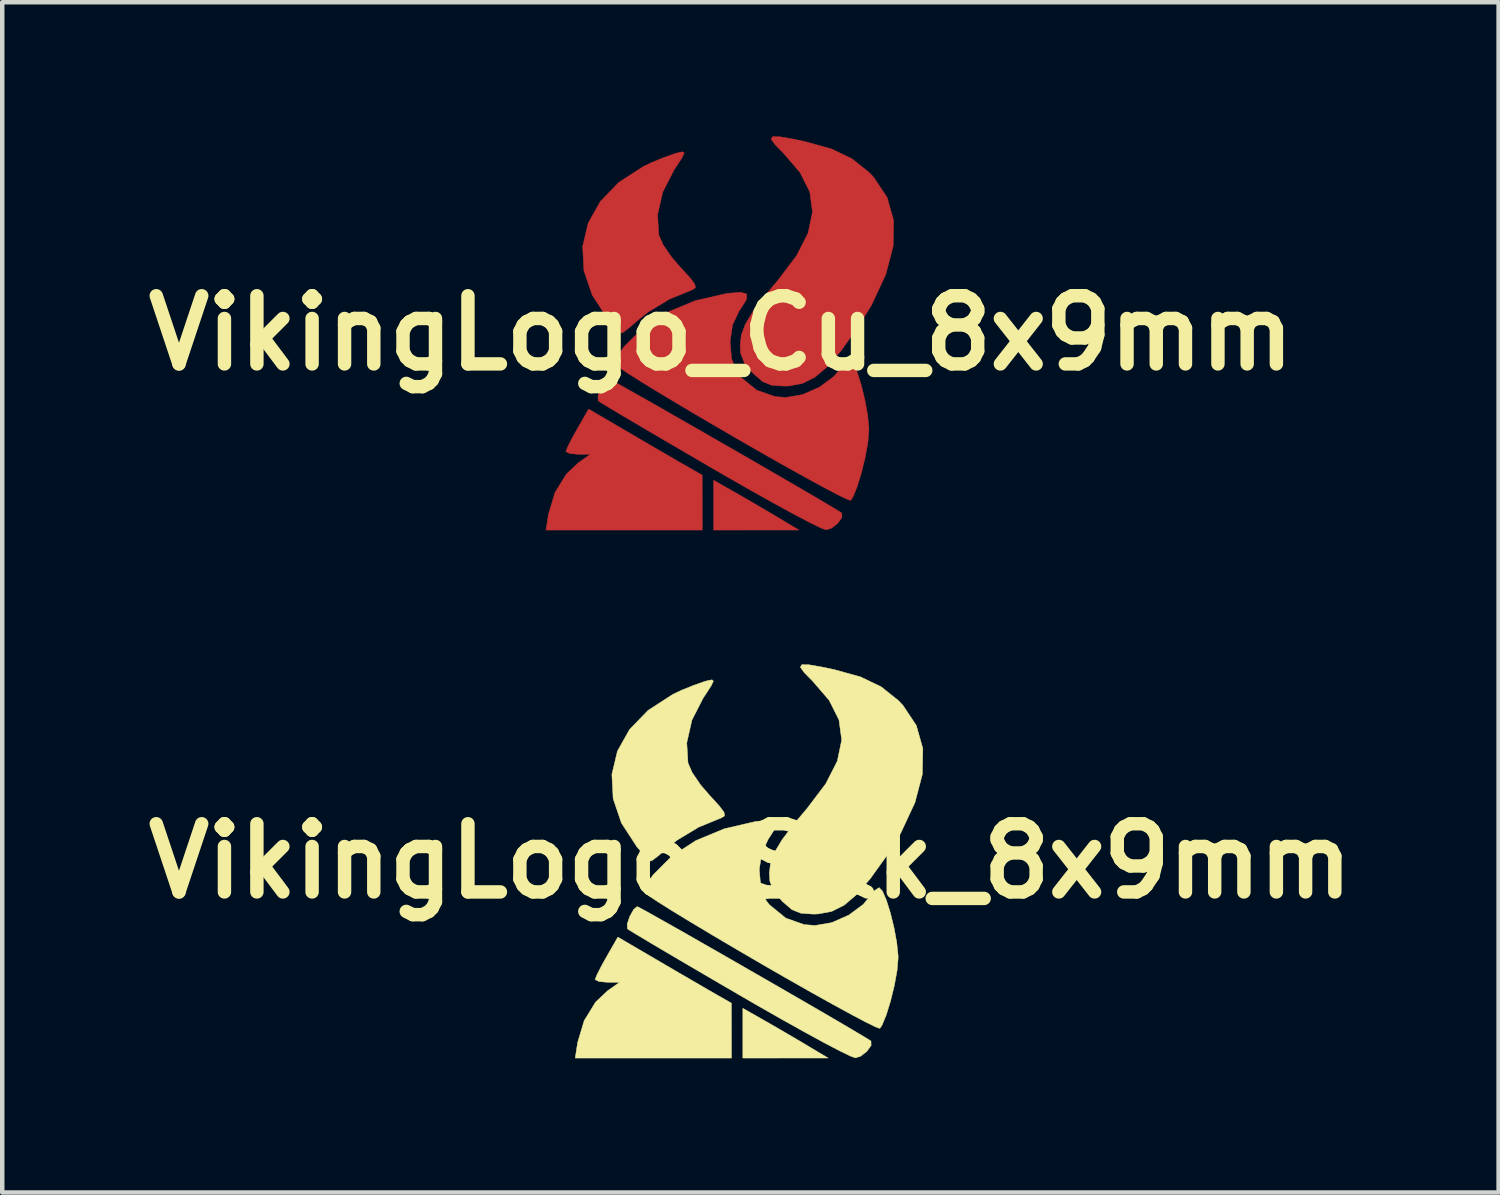
<source format=kicad_pcb>
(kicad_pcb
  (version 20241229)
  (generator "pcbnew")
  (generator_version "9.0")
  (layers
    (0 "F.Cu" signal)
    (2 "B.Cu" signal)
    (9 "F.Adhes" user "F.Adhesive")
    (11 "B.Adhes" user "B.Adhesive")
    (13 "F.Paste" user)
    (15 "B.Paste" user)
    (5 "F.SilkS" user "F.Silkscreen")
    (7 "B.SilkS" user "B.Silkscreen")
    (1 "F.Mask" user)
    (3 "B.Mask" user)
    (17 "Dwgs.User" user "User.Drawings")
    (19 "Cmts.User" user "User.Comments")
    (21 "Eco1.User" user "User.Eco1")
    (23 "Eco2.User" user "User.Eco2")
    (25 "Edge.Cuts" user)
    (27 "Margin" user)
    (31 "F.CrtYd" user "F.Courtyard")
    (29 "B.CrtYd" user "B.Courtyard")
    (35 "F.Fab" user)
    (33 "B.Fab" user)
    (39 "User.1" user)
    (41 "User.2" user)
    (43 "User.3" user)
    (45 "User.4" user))
  (footprint "VikingLogo_Silk_8x9mm"
    (layer "F.Cu")
    (at 13.723 16.197)
    (property "Reference" "VikingLogo_Silk_8x9mm" (at 0 0 0) (layer "F.SilkS") (effects (font (size 1.524 1.524) (thickness 0.3))))
    (attr through_hole)
    (fp_poly (pts (xy 0.318 3.567) (xy 0.672 3.771) (xy 1.056 3.996) (xy 1.27 4.123) (xy 1.736 4.402) (xy 0.783 4.402) (xy -0.169 4.403) (xy -0.169 3.29) (xy 0.318 3.567)) (stroke (width 0.01) (type solid)) (fill yes) (layer "F.SilkS"))
    (fp_poly (pts (xy -2.011 2.256) (xy -1.62 2.485) (xy -1.251 2.699) (xy -0.947 2.876) (xy -0.746 2.991) (xy -0.741 2.994) (xy -0.425 3.175) (xy -0.424 3.789) (xy -0.423 4.403) (xy -3.916 4.403) (xy -3.86 4.048) (xy -3.715 3.566) (xy -3.46 3.151) (xy -3.193 2.9) (xy -2.923 2.709) (xy -3.197 2.709) (xy -3.384 2.692) (xy -3.47 2.65) (xy -3.471 2.646) (xy -3.431 2.544) (xy -3.329 2.343) (xy -3.216 2.141) (xy -2.963 1.699) (xy -2.011 2.256)) (stroke (width 0.01) (type solid)) (fill yes) (layer "F.SilkS"))
    (fp_poly (pts (xy -0.827 -4.024) (xy -0.876 -3.919) (xy -1.013 -3.708) (xy -1.053 -3.649) (xy -1.307 -3.153) (xy -1.422 -2.645) (xy -1.395 -2.193) (xy -1.3 -1.976) (xy -1.111 -1.7) (xy -0.91 -1.467) (xy -0.696 -1.234) (xy -0.59 -1.091) (xy -0.576 -1.013) (xy -0.64 -0.971) (xy -0.645 -0.969) (xy -1.158 -0.758) (xy -1.637 -0.469) (xy -1.849 -0.299) (xy -2.043 -0.131) (xy -2.184 -0.022) (xy -2.227 0) (xy -2.303 -0.06) (xy -2.445 -0.211) (xy -2.536 -0.318) (xy -2.883 -0.851) (xy -3.068 -1.396) (xy -3.096 -1.938) (xy -2.972 -2.459) (xy -2.701 -2.942) (xy -2.286 -3.37) (xy -1.734 -3.727) (xy -1.537 -3.82) (xy -1.268 -3.929) (xy -1.029 -4.013) (xy -0.965 -4.031) (xy -0.859 -4.052) (xy -0.827 -4.024)) (stroke (width 0.01) (type solid)) (fill yes) (layer "F.SilkS"))
    (fp_poly (pts (xy -2.449 1.057) (xy -2.242 1.171) (xy -1.929 1.347) (xy -1.53 1.572) (xy -1.067 1.837) (xy -0.558 2.128) (xy -0.026 2.434) (xy 0.511 2.743) (xy 1.032 3.044) (xy 1.516 3.324) (xy 1.943 3.573) (xy 2.293 3.779) (xy 2.545 3.929) (xy 2.679 4.012) (xy 2.695 4.023) (xy 2.698 4.121) (xy 2.605 4.251) (xy 2.466 4.361) (xy 2.347 4.399) (xy 2.23 4.356) (xy 1.987 4.237) (xy 1.635 4.053) (xy 1.194 3.812) (xy 0.682 3.526) (xy 0.117 3.204) (xy -0.269 2.98) (xy -0.852 2.64) (xy -1.387 2.327) (xy -1.858 2.05) (xy -2.247 1.82) (xy -2.536 1.647) (xy -2.708 1.541) (xy -2.749 1.514) (xy -2.754 1.408) (xy -2.697 1.239) (xy -2.611 1.083) (xy -2.531 1.016) (xy -2.449 1.057)) (stroke (width 0.01) (type solid)) (fill yes) (layer "F.SilkS"))
    (fp_poly (pts (xy 1.309 -4.388) (xy 1.614 -4.335) (xy 1.875 -4.28) (xy 2.46 -4.118) (xy 2.923 -3.896) (xy 3.305 -3.591) (xy 3.409 -3.482) (xy 3.709 -3.031) (xy 3.854 -2.517) (xy 3.844 -1.943) (xy 3.679 -1.311) (xy 3.36 -0.626) (xy 3.039 -0.108) (xy 2.684 0.387) (xy 2.378 0.745) (xy 2.096 0.985) (xy 1.817 1.125) (xy 1.518 1.181) (xy 1.41 1.185) (xy 1.13 1.166) (xy 0.93 1.086) (xy 0.723 0.909) (xy 0.711 0.897) (xy 0.52 0.671) (xy 0.436 0.455) (xy 0.423 0.274) (xy 0.45 0.046) (xy 0.539 -0.195) (xy 0.708 -0.477) (xy 0.971 -0.825) (xy 1.27 -1.181) (xy 1.686 -1.731) (xy 1.943 -2.236) (xy 2.041 -2.707) (xy 1.98 -3.156) (xy 1.761 -3.593) (xy 1.394 -4.02) (xy 1.204 -4.213) (xy 1.117 -4.334) (xy 1.148 -4.39) (xy 1.309 -4.388)) (stroke (width 0.01) (type solid)) (fill yes) (layer "F.SilkS"))
    (fp_poly (pts (xy 0.571 -0.873) (xy 0.567 -0.754) (xy 0.432 -0.539) (xy 0.402 -0.497) (xy 0.254 -0.184) (xy 0.198 0.191) (xy 0.231 0.567) (xy 0.353 0.883) (xy 0.423 0.975) (xy 0.792 1.275) (xy 1.203 1.42) (xy 1.449 1.439) (xy 1.82 1.375) (xy 2.201 1.206) (xy 2.522 0.968) (xy 2.657 0.808) (xy 2.78 0.655) (xy 2.877 0.593) (xy 2.951 0.669) (xy 3.039 0.872) (xy 3.129 1.159) (xy 3.21 1.489) (xy 3.271 1.82) (xy 3.301 2.111) (xy 3.302 2.171) (xy 3.279 2.442) (xy 3.218 2.779) (xy 3.132 3.13) (xy 3.035 3.444) (xy 2.941 3.67) (xy 2.893 3.74) (xy 2.809 3.712) (xy 2.596 3.608) (xy 2.272 3.437) (xy 1.852 3.208) (xy 1.355 2.931) (xy 0.797 2.614) (xy 0.296 2.326) (xy -0.302 1.977) (xy -0.855 1.651) (xy -1.345 1.357) (xy -1.754 1.108) (xy -2.065 0.912) (xy -2.261 0.782) (xy -2.323 0.731) (xy -2.339 0.594) (xy -2.234 0.391) (xy -2.172 0.306) (xy -1.758 -0.11) (xy -1.218 -0.459) (xy -0.585 -0.722) (xy 0.104 -0.882) (xy 0.148 -0.888) (xy 0.436 -0.912) (xy 0.571 -0.873)) (stroke (width 0.01) (type solid)) (fill yes) (layer "F.SilkS")))
  (footprint "VikingLogo_Cu_8x9mm"
    (layer "F.Cu")
    (at 13.07 4.395)
    (property "Reference" "VikingLogo_Cu_8x9mm" (at 0 0 0) (layer "F.SilkS") (effects (font (size 1.524 1.524) (thickness 0.3))))
    (attr through_hole)
    (fp_poly (pts (xy 0.318 3.567) (xy 0.672 3.771) (xy 1.056 3.996) (xy 1.27 4.123) (xy 1.736 4.402) (xy 0.783 4.402) (xy -0.169 4.403) (xy -0.169 3.29) (xy 0.318 3.567)) (stroke (width 0.01) (type solid)) (fill yes) (layer "F.Cu"))
    (fp_poly (pts (xy -2.011 2.256) (xy -1.62 2.485) (xy -1.251 2.699) (xy -0.947 2.876) (xy -0.746 2.991) (xy -0.741 2.994) (xy -0.425 3.175) (xy -0.424 3.789) (xy -0.423 4.403) (xy -3.916 4.403) (xy -3.86 4.048) (xy -3.715 3.566) (xy -3.46 3.151) (xy -3.193 2.9) (xy -2.923 2.709) (xy -3.197 2.709) (xy -3.384 2.692) (xy -3.47 2.65) (xy -3.471 2.646) (xy -3.431 2.544) (xy -3.329 2.343) (xy -3.216 2.141) (xy -2.963 1.699) (xy -2.011 2.256)) (stroke (width 0.01) (type solid)) (fill yes) (layer "F.Cu"))
    (fp_poly (pts (xy -0.827 -4.024) (xy -0.876 -3.919) (xy -1.013 -3.708) (xy -1.053 -3.649) (xy -1.307 -3.153) (xy -1.422 -2.645) (xy -1.395 -2.193) (xy -1.3 -1.976) (xy -1.111 -1.7) (xy -0.91 -1.467) (xy -0.696 -1.234) (xy -0.59 -1.091) (xy -0.576 -1.013) (xy -0.64 -0.971) (xy -0.645 -0.969) (xy -1.158 -0.758) (xy -1.637 -0.469) (xy -1.849 -0.299) (xy -2.043 -0.131) (xy -2.184 -0.022) (xy -2.227 0) (xy -2.303 -0.06) (xy -2.445 -0.211) (xy -2.536 -0.318) (xy -2.883 -0.851) (xy -3.068 -1.396) (xy -3.096 -1.938) (xy -2.972 -2.459) (xy -2.701 -2.942) (xy -2.286 -3.37) (xy -1.734 -3.727) (xy -1.537 -3.82) (xy -1.268 -3.929) (xy -1.029 -4.013) (xy -0.965 -4.031) (xy -0.859 -4.052) (xy -0.827 -4.024)) (stroke (width 0.01) (type solid)) (fill yes) (layer "F.Cu"))
    (fp_poly (pts (xy -2.449 1.057) (xy -2.242 1.171) (xy -1.929 1.347) (xy -1.53 1.572) (xy -1.067 1.837) (xy -0.558 2.128) (xy -0.026 2.434) (xy 0.511 2.743) (xy 1.032 3.044) (xy 1.516 3.324) (xy 1.943 3.573) (xy 2.293 3.779) (xy 2.545 3.929) (xy 2.679 4.012) (xy 2.695 4.023) (xy 2.698 4.121) (xy 2.605 4.251) (xy 2.466 4.361) (xy 2.347 4.399) (xy 2.23 4.356) (xy 1.987 4.237) (xy 1.635 4.053) (xy 1.194 3.812) (xy 0.682 3.526) (xy 0.117 3.204) (xy -0.269 2.98) (xy -0.852 2.64) (xy -1.387 2.327) (xy -1.858 2.05) (xy -2.247 1.82) (xy -2.536 1.647) (xy -2.708 1.541) (xy -2.749 1.514) (xy -2.754 1.408) (xy -2.697 1.239) (xy -2.611 1.083) (xy -2.531 1.016) (xy -2.449 1.057)) (stroke (width 0.01) (type solid)) (fill yes) (layer "F.Cu"))
    (fp_poly (pts (xy 1.309 -4.388) (xy 1.614 -4.335) (xy 1.875 -4.28) (xy 2.46 -4.118) (xy 2.923 -3.896) (xy 3.305 -3.591) (xy 3.409 -3.482) (xy 3.709 -3.031) (xy 3.854 -2.517) (xy 3.844 -1.943) (xy 3.679 -1.311) (xy 3.36 -0.626) (xy 3.039 -0.108) (xy 2.684 0.387) (xy 2.378 0.745) (xy 2.096 0.985) (xy 1.817 1.125) (xy 1.518 1.181) (xy 1.41 1.185) (xy 1.13 1.166) (xy 0.93 1.086) (xy 0.723 0.909) (xy 0.711 0.897) (xy 0.52 0.671) (xy 0.436 0.455) (xy 0.423 0.274) (xy 0.45 0.046) (xy 0.539 -0.195) (xy 0.708 -0.477) (xy 0.971 -0.825) (xy 1.27 -1.181) (xy 1.686 -1.731) (xy 1.943 -2.236) (xy 2.041 -2.707) (xy 1.98 -3.156) (xy 1.761 -3.593) (xy 1.394 -4.02) (xy 1.204 -4.213) (xy 1.117 -4.334) (xy 1.148 -4.39) (xy 1.309 -4.388)) (stroke (width 0.01) (type solid)) (fill yes) (layer "F.Cu"))
    (fp_poly (pts (xy 0.571 -0.873) (xy 0.567 -0.754) (xy 0.432 -0.539) (xy 0.402 -0.497) (xy 0.254 -0.184) (xy 0.198 0.191) (xy 0.231 0.567) (xy 0.353 0.883) (xy 0.423 0.975) (xy 0.792 1.275) (xy 1.203 1.42) (xy 1.449 1.439) (xy 1.82 1.375) (xy 2.201 1.206) (xy 2.522 0.968) (xy 2.657 0.808) (xy 2.78 0.655) (xy 2.877 0.593) (xy 2.951 0.669) (xy 3.039 0.872) (xy 3.129 1.159) (xy 3.21 1.489) (xy 3.271 1.82) (xy 3.301 2.111) (xy 3.302 2.171) (xy 3.279 2.442) (xy 3.218 2.779) (xy 3.132 3.13) (xy 3.035 3.444) (xy 2.941 3.67) (xy 2.893 3.74) (xy 2.809 3.712) (xy 2.596 3.608) (xy 2.272 3.437) (xy 1.852 3.208) (xy 1.355 2.931) (xy 0.797 2.614) (xy 0.296 2.326) (xy -0.302 1.977) (xy -0.855 1.651) (xy -1.345 1.357) (xy -1.754 1.108) (xy -2.065 0.912) (xy -2.261 0.782) (xy -2.323 0.731) (xy -2.339 0.594) (xy -2.234 0.391) (xy -2.172 0.306) (xy -1.758 -0.11) (xy -1.218 -0.459) (xy -0.585 -0.722) (xy 0.104 -0.882) (xy 0.148 -0.888) (xy 0.436 -0.912) (xy 0.571 -0.873)) (stroke (width 0.01) (type solid)) (fill yes) (layer "F.Cu")))
  (gr_rect
    (start -3 -3)
    (end 30.447 23.605)
    (stroke (width 0.1) (type default))
    (fill no)
    (layer "Edge.Cuts")))
</source>
